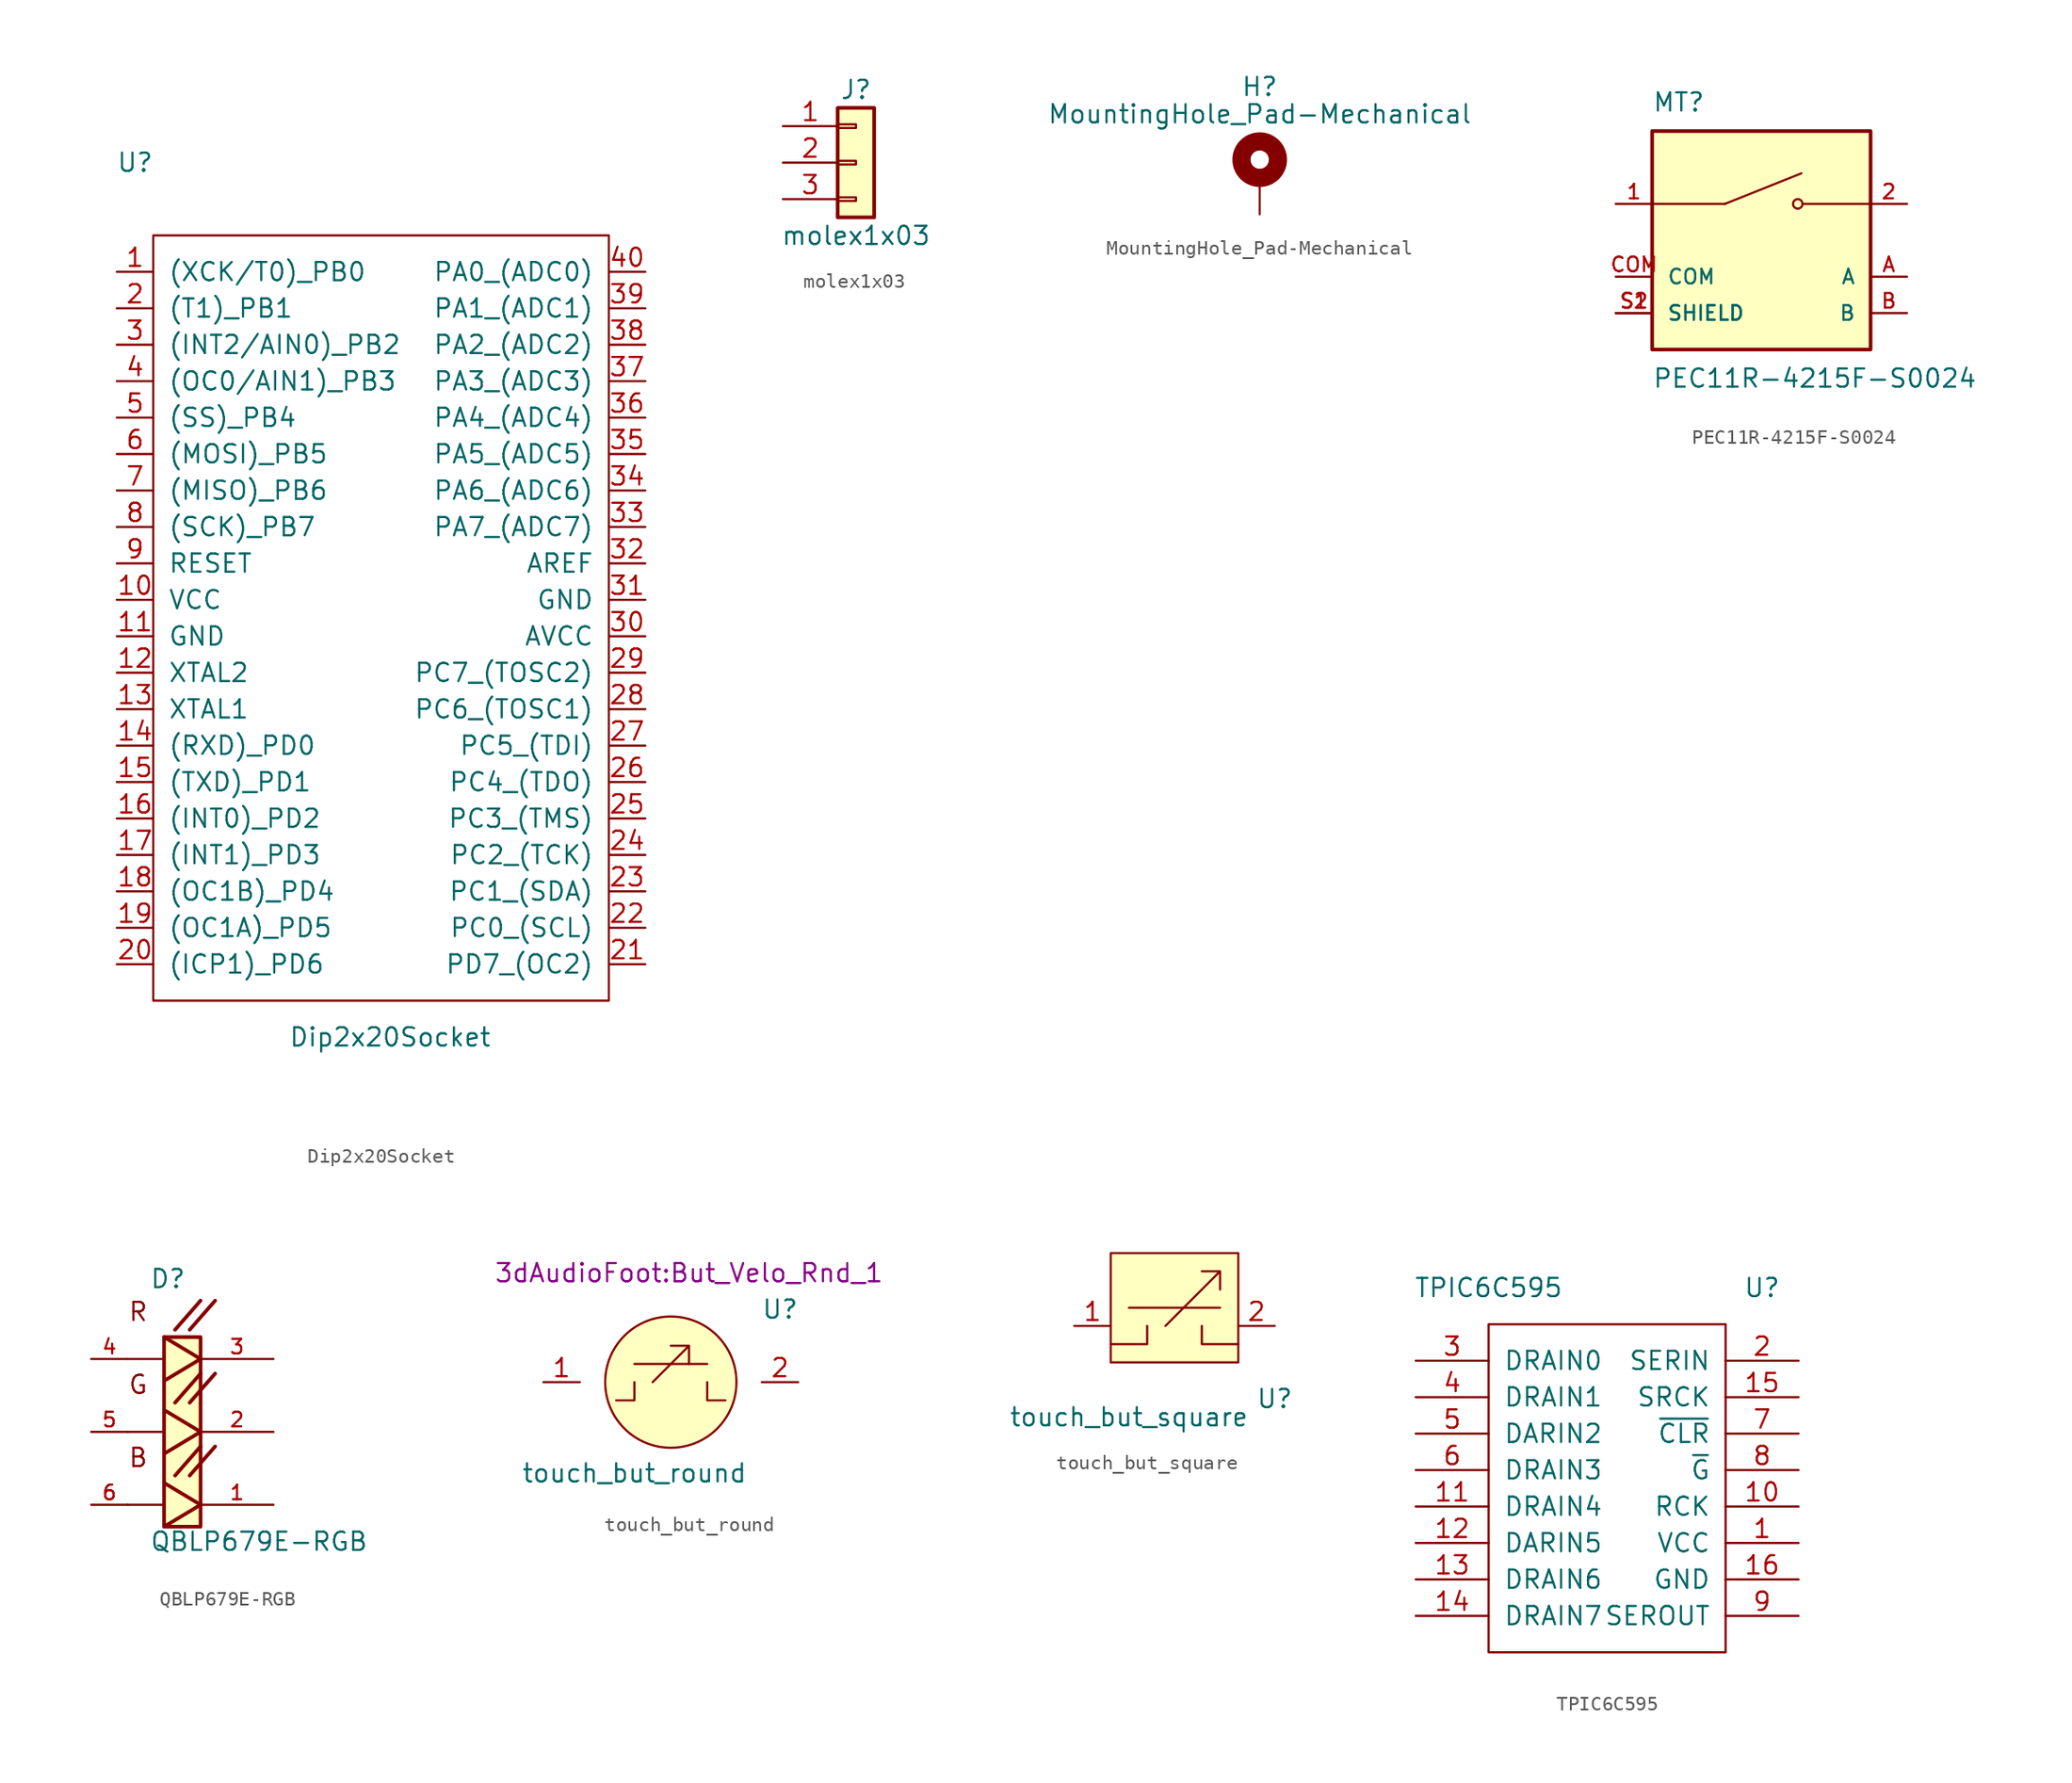
<source format=kicad_sym>
(kicad_symbol_lib
  (version 20220914)
  (generator kicad_symbol_editor)
  (symbol "Dip2x20Socket"
    (pin_names
      (offset 1.016))
    (property "Reference" "U"
      (at -17.78 30.48 0)
      (effects (font (size 1.27 1.27))))
    (property "Value" "Dip2x20Socket"
      (at 0 -30.48 0)
      (effects (font (size 1.27 1.27))))
    (symbol "Dip2x20Socket_0_1"
      (rectangle (start -16.51 25.4) (end 15.24 -27.94) (stroke (width 0) (type default)) (fill (type none))))
    (symbol "Dip2x20Socket_1_1"
      (pin input line (at -19.05 22.86 0) (length 2.54) (name "(XCK/T0)_PB0" (effects (font (size 1.27 1.27)))) (number "1" (effects (font (size 1.27 1.27)))))
      (pin power_in line (at -19.05 0 0) (length 2.54) (name "VCC" (effects (font (size 1.27 1.27)))) (number "10" (effects (font (size 1.27 1.27)))))
      (pin power_in line (at -19.05 -2.54 0) (length 2.54) (name "GND" (effects (font (size 1.27 1.27)))) (number "11" (effects (font (size 1.27 1.27)))))
      (pin input line (at -19.05 -5.08 0) (length 2.54) (name "XTAL2" (effects (font (size 1.27 1.27)))) (number "12" (effects (font (size 1.27 1.27)))))
      (pin input line (at -19.05 -7.62 0) (length 2.54) (name "XTAL1" (effects (font (size 1.27 1.27)))) (number "13" (effects (font (size 1.27 1.27)))))
      (pin input line (at -19.05 -10.16 0) (length 2.54) (name "(RXD)_PD0" (effects (font (size 1.27 1.27)))) (number "14" (effects (font (size 1.27 1.27)))))
      (pin input line (at -19.05 -12.7 0) (length 2.54) (name "(TXD)_PD1" (effects (font (size 1.27 1.27)))) (number "15" (effects (font (size 1.27 1.27)))))
      (pin input line (at -19.05 -15.24 0) (length 2.54) (name "(INT0)_PD2" (effects (font (size 1.27 1.27)))) (number "16" (effects (font (size 1.27 1.27)))))
      (pin input line (at -19.05 -17.78 0) (length 2.54) (name "(INT1)_PD3" (effects (font (size 1.27 1.27)))) (number "17" (effects (font (size 1.27 1.27)))))
      (pin input line (at -19.05 -20.32 0) (length 2.54) (name "(OC1B)_PD4" (effects (font (size 1.27 1.27)))) (number "18" (effects (font (size 1.27 1.27)))))
      (pin input line (at -19.05 -22.86 0) (length 2.54) (name "(OC1A)_PD5" (effects (font (size 1.27 1.27)))) (number "19" (effects (font (size 1.27 1.27)))))
      (pin input line (at -19.05 20.32 0) (length 2.54) (name "(T1)_PB1" (effects (font (size 1.27 1.27)))) (number "2" (effects (font (size 1.27 1.27)))))
      (pin input line (at -19.05 -25.4 0) (length 2.54) (name "(ICP1)_PD6" (effects (font (size 1.27 1.27)))) (number "20" (effects (font (size 1.27 1.27)))))
      (pin input line (at 17.78 -25.4 180) (length 2.54) (name "PD7_(OC2)" (effects (font (size 1.27 1.27)))) (number "21" (effects (font (size 1.27 1.27)))))
      (pin input line (at 17.78 -22.86 180) (length 2.54) (name "PC0_(SCL)" (effects (font (size 1.27 1.27)))) (number "22" (effects (font (size 1.27 1.27)))))
      (pin input line (at 17.78 -20.32 180) (length 2.54) (name "PC1_(SDA)" (effects (font (size 1.27 1.27)))) (number "23" (effects (font (size 1.27 1.27)))))
      (pin input line (at 17.78 -17.78 180) (length 2.54) (name "PC2_(TCK)" (effects (font (size 1.27 1.27)))) (number "24" (effects (font (size 1.27 1.27)))))
      (pin input line (at 17.78 -15.24 180) (length 2.54) (name "PC3_(TMS)" (effects (font (size 1.27 1.27)))) (number "25" (effects (font (size 1.27 1.27)))))
      (pin input line (at 17.78 -12.7 180) (length 2.54) (name "PC4_(TDO)" (effects (font (size 1.27 1.27)))) (number "26" (effects (font (size 1.27 1.27)))))
      (pin input line (at 17.78 -10.16 180) (length 2.54) (name "PC5_(TDI)" (effects (font (size 1.27 1.27)))) (number "27" (effects (font (size 1.27 1.27)))))
      (pin input line (at 17.78 -7.62 180) (length 2.54) (name "PC6_(TOSC1)" (effects (font (size 1.27 1.27)))) (number "28" (effects (font (size 1.27 1.27)))))
      (pin input line (at 17.78 -5.08 180) (length 2.54) (name "PC7_(TOSC2)" (effects (font (size 1.27 1.27)))) (number "29" (effects (font (size 1.27 1.27)))))
      (pin input line (at -19.05 17.78 0) (length 2.54) (name "(INT2/AIN0)_PB2" (effects (font (size 1.27 1.27)))) (number "3" (effects (font (size 1.27 1.27)))))
      (pin power_in line (at 17.78 -2.54 180) (length 2.54) (name "AVCC" (effects (font (size 1.27 1.27)))) (number "30" (effects (font (size 1.27 1.27)))))
      (pin power_in line (at 17.78 0 180) (length 2.54) (name "GND" (effects (font (size 1.27 1.27)))) (number "31" (effects (font (size 1.27 1.27)))))
      (pin input line (at 17.78 2.54 180) (length 2.54) (name "AREF" (effects (font (size 1.27 1.27)))) (number "32" (effects (font (size 1.27 1.27)))))
      (pin input line (at 17.78 5.08 180) (length 2.54) (name "PA7_(ADC7)" (effects (font (size 1.27 1.27)))) (number "33" (effects (font (size 1.27 1.27)))))
      (pin input line (at 17.78 7.62 180) (length 2.54) (name "PA6_(ADC6)" (effects (font (size 1.27 1.27)))) (number "34" (effects (font (size 1.27 1.27)))))
      (pin input line (at 17.78 10.16 180) (length 2.54) (name "PA5_(ADC5)" (effects (font (size 1.27 1.27)))) (number "35" (effects (font (size 1.27 1.27)))))
      (pin input line (at 17.78 12.7 180) (length 2.54) (name "PA4_(ADC4)" (effects (font (size 1.27 1.27)))) (number "36" (effects (font (size 1.27 1.27)))))
      (pin input line (at 17.78 15.24 180) (length 2.54) (name "PA3_(ADC3)" (effects (font (size 1.27 1.27)))) (number "37" (effects (font (size 1.27 1.27)))))
      (pin input line (at 17.78 17.78 180) (length 2.54) (name "PA2_(ADC2)" (effects (font (size 1.27 1.27)))) (number "38" (effects (font (size 1.27 1.27)))))
      (pin input line (at 17.78 20.32 180) (length 2.54) (name "PA1_(ADC1)" (effects (font (size 1.27 1.27)))) (number "39" (effects (font (size 1.27 1.27)))))
      (pin input line (at -19.05 15.24 0) (length 2.54) (name "(OC0/AIN1)_PB3" (effects (font (size 1.27 1.27)))) (number "4" (effects (font (size 1.27 1.27)))))
      (pin input line (at 17.78 22.86 180) (length 2.54) (name "PA0_(ADC0)" (effects (font (size 1.27 1.27)))) (number "40" (effects (font (size 1.27 1.27)))))
      (pin input line (at -19.05 12.7 0) (length 2.54) (name "(SS)_PB4" (effects (font (size 1.27 1.27)))) (number "5" (effects (font (size 1.27 1.27)))))
      (pin input line (at -19.05 10.16 0) (length 2.54) (name "(MOSI)_PB5" (effects (font (size 1.27 1.27)))) (number "6" (effects (font (size 1.27 1.27)))))
      (pin input line (at -19.05 7.62 0) (length 2.54) (name "(MISO)_PB6" (effects (font (size 1.27 1.27)))) (number "7" (effects (font (size 1.27 1.27)))))
      (pin input line (at -19.05 5.08 0) (length 2.54) (name "(SCK)_PB7" (effects (font (size 1.27 1.27)))) (number "8" (effects (font (size 1.27 1.27)))))
      (pin input line (at -19.05 2.54 0) (length 2.54) (name "RESET" (effects (font (size 1.27 1.27)))) (number "9" (effects (font (size 1.27 1.27)))))))
  (symbol "molex1x03"
    (pin_names
      (offset 1.016) hide)
    (property "Reference" "J"
      (at 0 5.08 0)
      (effects (font (size 1.27 1.27))))
    (property "Value" "molex1x03"
      (at 0 -5.08 0)
      (effects (font (size 1.27 1.27))))
    (symbol "molex1x03_1_1"
      (rectangle (start -1.27 -2.413) (end 0 -2.667) (stroke (width 0.152) (type default)) (fill (type none)))
      (rectangle (start -1.27 0.127) (end 0 -0.127) (stroke (width 0.152) (type default)) (fill (type none)))
      (rectangle (start -1.27 2.667) (end 0 2.413) (stroke (width 0.152) (type default)) (fill (type none)))
      (rectangle (start -1.27 3.81) (end 1.27 -3.81) (stroke (width 0.254) (type default)) (fill (type background)))
      (pin passive line (at -5.08 2.54 0) (length 3.81) (name "Pin_1" (effects (font (size 1.27 1.27)))) (number "1" (effects (font (size 1.27 1.27)))))
      (pin passive line (at -5.08 0 0) (length 3.81) (name "Pin_2" (effects (font (size 1.27 1.27)))) (number "2" (effects (font (size 1.27 1.27)))))
      (pin passive line (at -5.08 -2.54 0) (length 3.81) (name "Pin_3" (effects (font (size 1.27 1.27)))) (number "3" (effects (font (size 1.27 1.27)))))))
  (symbol "MountingHole_Pad-Mechanical"
    (pin_numbers hide)
    (pin_names
      (offset 1.016) hide)
    (property "Reference" "H"
      (at 0 6.35 0)
      (effects (font (size 1.27 1.27))))
    (property "Value" "MountingHole_Pad-Mechanical"
      (at 0 4.445 0)
      (effects (font (size 1.27 1.27))))
    (symbol "MountingHole_Pad-Mechanical_0_1"
      (circle (center 0 1.27) (radius 1.27) (stroke (width 1.27) (type default)) (fill (type none))))
    (symbol "MountingHole_Pad-Mechanical_1_1"
      (pin input line (at 0 -2.54 90) (length 2.54) (name "1" (effects (font (size 1.27 1.27)))) (number "1" (effects (font (size 1.27 1.27)))))))
  (symbol "PEC11R-4215F-S0024"
    (pin_names
      (offset 1.016))
    (property "Reference" "MT"
      (at -7.62 8.89 0)
      (effects (font (size 1.27 1.27)) (justify left bottom)))
    (property "Value" "PEC11R-4215F-S0024"
      (at -7.62 -8.89 0)
      (effects (font (size 1.27 1.27)) (justify left top)))
    (symbol "PEC11R-4215F-S0024_0_0"
      (rectangle (start -7.62 -7.62) (end 7.62 7.62) (stroke (width 0.254) (type default)) (fill (type background)))
      (polyline (pts (xy -2.54 2.54) (xy -7.62 2.54)) (stroke (width 0.152) (type default)) (fill (type none)))
      (polyline (pts (xy -2.54 2.54) (xy 2.794 4.674)) (stroke (width 0.152) (type default)) (fill (type none)))
      (polyline (pts (xy 7.62 2.54) (xy 2.921 2.54)) (stroke (width 0.152) (type default)) (fill (type none)))
      (circle (center 2.54 2.54) (radius 0.33) (stroke (width 0.152) (type default)) (fill (type none)))
      (pin passive line (at -10.16 2.54 0) (length 2.54) (name "~" (effects (font (size 1.016 1.016)))) (number "1" (effects (font (size 1.016 1.016)))))
      (pin passive line (at 10.16 2.54 180) (length 2.54) (name "~" (effects (font (size 1.016 1.016)))) (number "2" (effects (font (size 1.016 1.016)))))
      (pin passive line (at 10.16 -2.54 180) (length 2.54) (name "A" (effects (font (size 1.016 1.016)))) (number "A" (effects (font (size 1.016 1.016)))))
      (pin passive line (at 10.16 -5.08 180) (length 2.54) (name "B" (effects (font (size 1.016 1.016)))) (number "B" (effects (font (size 1.016 1.016)))))
      (pin passive line (at -10.16 -2.54 0) (length 2.54) (name "COM" (effects (font (size 1.016 1.016)))) (number "COM" (effects (font (size 1.016 1.016)))))
      (pin passive line (at -10.16 -5.08 0) (length 2.54) (name "SHIELD" (effects (font (size 1.016 1.016)))) (number "S1" (effects (font (size 1.016 1.016)))))
      (pin passive line (at -10.16 -5.08 0) (length 2.54) (name "SHIELD" (effects (font (size 1.016 1.016)))) (number "S2" (effects (font (size 1.016 1.016)))))))
  (symbol "QBLP679E-RGB"
    (pin_names
      (offset 1.016))
    (property "Reference" "D"
      (at -1.018 9.921 0)
      (effects (font (size 1.27 1.27)) (justify left bottom)))
    (property "Value" "QBLP679E-RGB"
      (at -1.016 -8.385 0)
      (effects (font (size 1.27 1.27)) (justify left bottom)))
    (symbol "QBLP679E-RGB_0_0"
      (rectangle (start 0 -6.604) (end 2.54 6.604) (stroke (width 0.254) (type default)) (fill (type background)))
      (polyline (pts (xy 0 -6.604) (xy 2.54 -5.08)) (stroke (width 0.254) (type default)) (fill (type none)))
      (polyline (pts (xy 0 -5.08) (xy -2.54 -5.08)) (stroke (width 0.152) (type default)) (fill (type none)))
      (polyline (pts (xy 0 -1.524) (xy 2.54 0)) (stroke (width 0.254) (type default)) (fill (type none)))
      (polyline (pts (xy 0 0) (xy -2.54 0)) (stroke (width 0.152) (type default)) (fill (type none)))
      (polyline (pts (xy 0 3.556) (xy 2.54 5.08)) (stroke (width 0.254) (type default)) (fill (type none)))
      (polyline (pts (xy 0 5.08) (xy -2.54 5.08)) (stroke (width 0.152) (type default)) (fill (type none)))
      (polyline (pts (xy 0.762 -3.048) (xy 2.54 -1.016)) (stroke (width 0.254) (type default)) (fill (type none)))
      (polyline (pts (xy 0.762 2.032) (xy 2.54 4.064)) (stroke (width 0.254) (type default)) (fill (type none)))
      (polyline (pts (xy 0.762 7.112) (xy 2.54 9.144)) (stroke (width 0.254) (type default)) (fill (type none)))
      (polyline (pts (xy 1.778 -3.048) (xy 3.556 -1.016)) (stroke (width 0.254) (type default)) (fill (type none)))
      (polyline (pts (xy 1.778 2.032) (xy 3.556 4.064)) (stroke (width 0.254) (type default)) (fill (type none)))
      (polyline (pts (xy 1.778 7.112) (xy 3.556 9.144)) (stroke (width 0.254) (type default)) (fill (type none)))
      (polyline (pts (xy 2.54 -5.08) (xy 0 -3.556)) (stroke (width 0.254) (type default)) (fill (type none)))
      (polyline (pts (xy 2.54 0) (xy 0 1.524)) (stroke (width 0.254) (type default)) (fill (type none)))
      (polyline (pts (xy 2.54 5.08) (xy 0 6.604)) (stroke (width 0.254) (type default)) (fill (type none)))
      (text "B" (at -2.542 -2.542 0) (effects (font (size 1.271 1.271)) (justify left bottom)))
      (text "G" (at -2.544 2.544 0) (effects (font (size 1.272 1.272)) (justify left bottom)))
      (text "R" (at -2.542 7.625 0) (effects (font (size 1.271 1.271)) (justify left bottom)))
      (pin passive line (at 7.62 -5.08 180) (length 5.08) (name "~" (effects (font (size 1.016 1.016)))) (number "1" (effects (font (size 1.016 1.016)))))
      (pin passive line (at 7.62 0 180) (length 5.08) (name "~" (effects (font (size 1.016 1.016)))) (number "2" (effects (font (size 1.016 1.016)))))
      (pin passive line (at 7.62 5.08 180) (length 5.08) (name "~" (effects (font (size 1.016 1.016)))) (number "3" (effects (font (size 1.016 1.016)))))
      (pin passive line (at -5.08 5.08 0) (length 2.54) (name "~" (effects (font (size 1.016 1.016)))) (number "4" (effects (font (size 1.016 1.016)))))
      (pin passive line (at -5.08 0 0) (length 2.54) (name "~" (effects (font (size 1.016 1.016)))) (number "5" (effects (font (size 1.016 1.016)))))
      (pin passive line (at -5.08 -5.08 0) (length 2.54) (name "~" (effects (font (size 1.016 1.016)))) (number "6" (effects (font (size 1.016 1.016)))))))
  (symbol "touch_but_round"
    (property "Reference" "U"
      (at 7.62 6.35 0)
      (effects (font (size 1.27 1.27))))
    (property "Value" "touch_but_round"
      (at -2.54 -5.08 0)
      (effects (font (size 1.27 1.27))))
    (property "Footprint" "3dAudioFoot:But_Velo_Rnd_1"
      (at 1.27 8.89 0)
      (effects (font (size 1.27 1.27))))
    (symbol "touch_but_round_0_1"
      (polyline (pts (xy -2.54 2.54) (xy 2.54 2.54)) (stroke (width 0) (type default)) (fill (type none)))
      (polyline (pts (xy -3.81 0) (xy -2.54 0) (xy -2.54 1.27)) (stroke (width 0) (type default)) (fill (type none)))
      (polyline (pts (xy 3.81 0) (xy 2.54 0) (xy 2.54 1.27)) (stroke (width 0) (type default)) (fill (type none)))
      (polyline (pts (xy -1.27 1.27) (xy 1.27 3.81) (xy 0 3.81) (xy 1.27 3.81) (xy 1.27 2.54)) (stroke (width 0) (type default)) (fill (type none)))
      (circle (center 0 1.27) (radius 4.579) (stroke (width 0) (type default)) (fill (type background))))
    (symbol "touch_but_round_1_1"
      (pin input line (at -8.89 1.27 0) (length 2.54) (name "" (effects (font (size 1.27 1.27)))) (number "1" (effects (font (size 1.27 1.27)))))
      (pin input line (at 8.89 1.27 180) (length 2.54) (name "" (effects (font (size 1.27 1.27)))) (number "2" (effects (font (size 1.27 1.27)))))))
  (symbol "touch_but_square"
    (property "Reference" "U"
      (at 7.62 -3.81 0)
      (effects (font (size 1.27 1.27))))
    (property "Value" "touch_but_square"
      (at -2.54 -5.08 0)
      (effects (font (size 1.27 1.27))))
    (symbol "touch_but_square_0_1"
      (rectangle (start -3.81 6.35) (end 5.08 -1.27) (stroke (width 0) (type default)) (fill (type background)))
      (polyline (pts (xy -2.54 2.54) (xy 3.81 2.54)) (stroke (width 0) (type default)) (fill (type none)))
      (polyline (pts (xy -3.81 0) (xy -1.27 0) (xy -1.27 1.27)) (stroke (width 0) (type default)) (fill (type none)))
      (polyline (pts (xy 5.08 0) (xy 2.54 0) (xy 2.54 1.27)) (stroke (width 0) (type default)) (fill (type none)))
      (polyline (pts (xy 0 1.27) (xy 3.81 5.08) (xy 2.54 5.08) (xy 3.81 5.08) (xy 3.81 3.81)) (stroke (width 0) (type default)) (fill (type none))))
    (symbol "touch_but_square_1_1"
      (pin input line (at -6.35 1.27 0) (length 2.54) (name "" (effects (font (size 1.27 1.27)))) (number "1" (effects (font (size 1.27 1.27)))))
      (pin input line (at 7.62 1.27 180) (length 2.54) (name "" (effects (font (size 1.27 1.27)))) (number "2" (effects (font (size 1.27 1.27)))))))
  (symbol "TPIC6C595"
    (pin_names
      (offset 1.016))
    (property "Reference" "U"
      (at 10.16 3.81 0)
      (effects (font (size 1.27 1.27))))
    (property "Value" "TPIC6C595"
      (at -8.89 3.81 0)
      (effects (font (size 1.27 1.27))))
    (symbol "TPIC6C595_0_0"
      (pin passive line (at 12.7 -13.97 180) (length 5.08) (name "VCC" (effects (font (size 1.27 1.27)))) (number "1" (effects (font (size 1.27 1.27)))))
      (pin passive line (at 12.7 -11.43 180) (length 5.08) (name "RCK" (effects (font (size 1.27 1.27)))) (number "10" (effects (font (size 1.27 1.27)))))
      (pin passive line (at -13.97 -11.43 0) (length 5.08) (name "DRAIN4" (effects (font (size 1.27 1.27)))) (number "11" (effects (font (size 1.27 1.27)))))
      (pin passive line (at -13.97 -13.97 0) (length 5.08) (name "DARIN5" (effects (font (size 1.27 1.27)))) (number "12" (effects (font (size 1.27 1.27)))))
      (pin passive line (at -13.97 -16.51 0) (length 5.08) (name "DRAIN6" (effects (font (size 1.27 1.27)))) (number "13" (effects (font (size 1.27 1.27)))))
      (pin passive line (at -13.97 -19.05 0) (length 5.08) (name "DRAIN7" (effects (font (size 1.27 1.27)))) (number "14" (effects (font (size 1.27 1.27)))))
      (pin passive line (at 12.7 -3.81 180) (length 5.08) (name "SRCK" (effects (font (size 1.27 1.27)))) (number "15" (effects (font (size 1.27 1.27)))))
      (pin passive line (at 12.7 -16.51 180) (length 5.08) (name "GND" (effects (font (size 1.27 1.27)))) (number "16" (effects (font (size 1.27 1.27)))))
      (pin passive line (at 12.7 -1.27 180) (length 5.08) (name "SERIN" (effects (font (size 1.27 1.27)))) (number "2" (effects (font (size 1.27 1.27)))))
      (pin passive line (at -13.97 -1.27 0) (length 5.08) (name "DRAIN0" (effects (font (size 1.27 1.27)))) (number "3" (effects (font (size 1.27 1.27)))))
      (pin passive line (at -13.97 -3.81 0) (length 5.08) (name "DRAIN1" (effects (font (size 1.27 1.27)))) (number "4" (effects (font (size 1.27 1.27)))))
      (pin passive line (at -13.97 -6.35 0) (length 5.08) (name "DARIN2" (effects (font (size 1.27 1.27)))) (number "5" (effects (font (size 1.27 1.27)))))
      (pin passive line (at -13.97 -8.89 0) (length 5.08) (name "DRAIN3" (effects (font (size 1.27 1.27)))) (number "6" (effects (font (size 1.27 1.27)))))
      (pin passive line (at 12.7 -6.35 180) (length 5.08) (name "~{CLR}" (effects (font (size 1.27 1.27)))) (number "7" (effects (font (size 1.27 1.27)))))
      (pin passive line (at 12.7 -8.89 180) (length 5.08) (name "~{G}" (effects (font (size 1.27 1.27)))) (number "8" (effects (font (size 1.27 1.27)))))
      (pin passive line (at 12.7 -19.05 180) (length 5.08) (name "SEROUT" (effects (font (size 1.27 1.27)))) (number "9" (effects (font (size 1.27 1.27))))))
    (symbol "TPIC6C595_0_1"
      (rectangle (start -8.89 1.27) (end 7.62 -21.59) (stroke (width 0) (type default)) (fill (type none))))))
</source>
